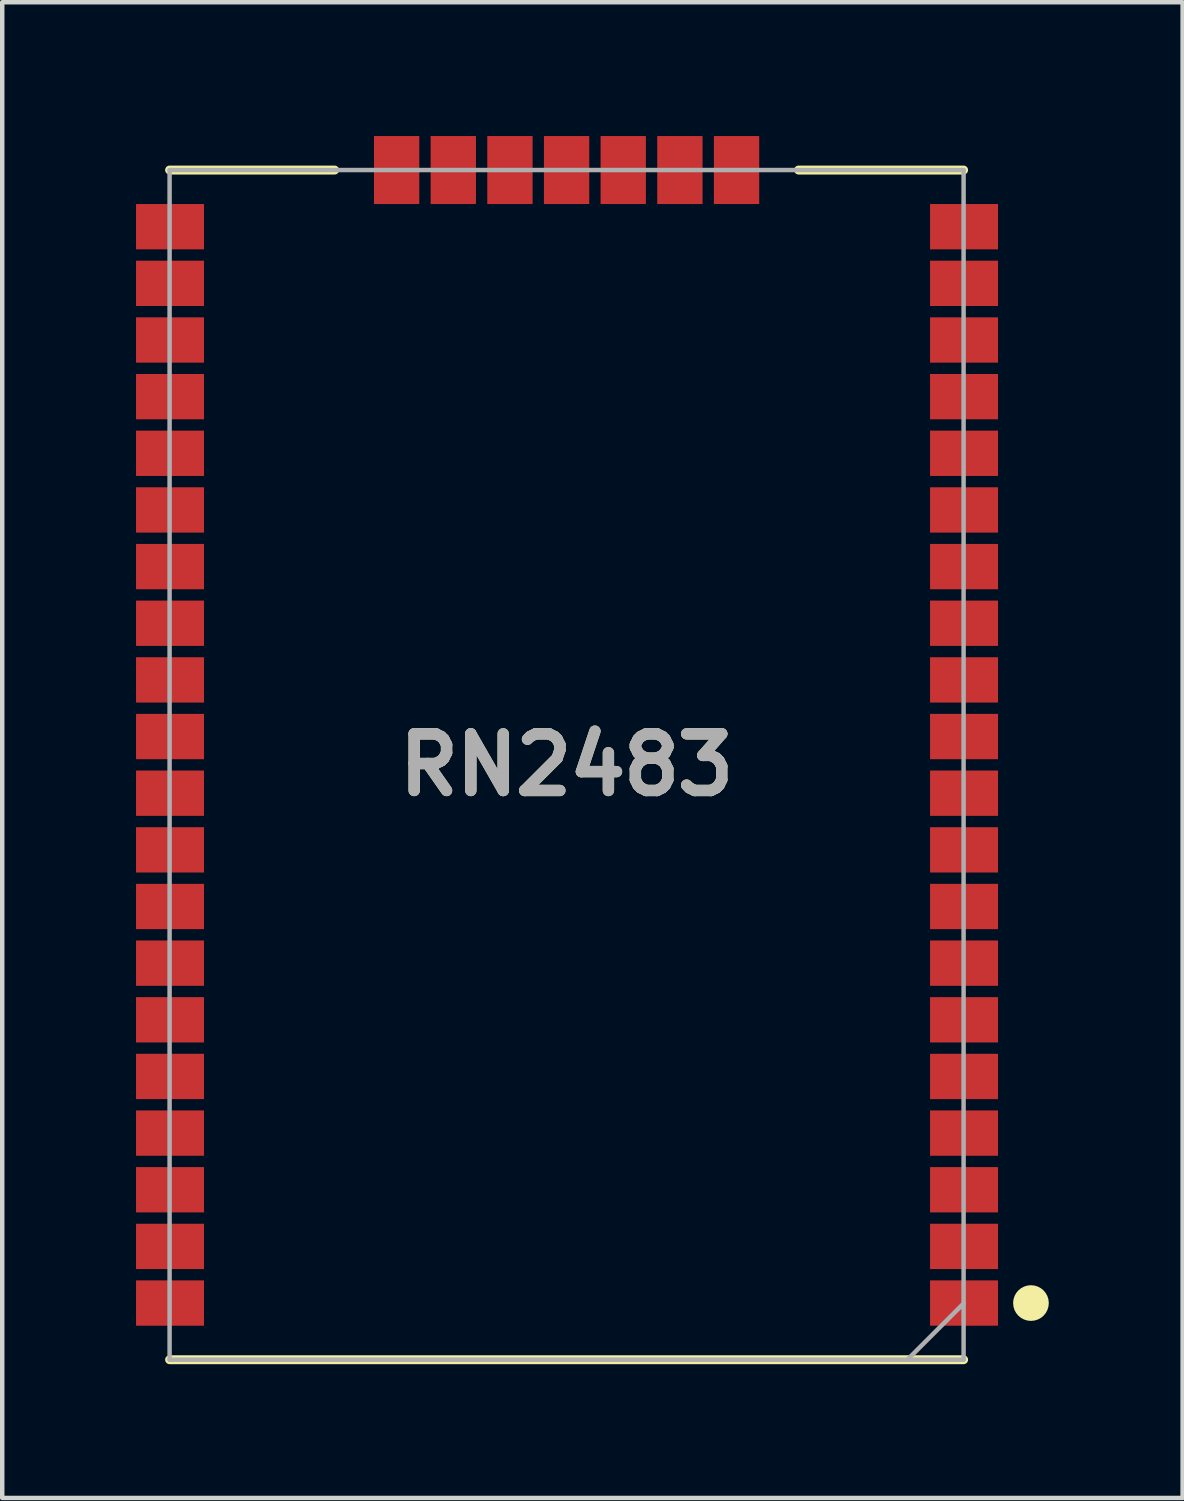
<source format=kicad_pcb>
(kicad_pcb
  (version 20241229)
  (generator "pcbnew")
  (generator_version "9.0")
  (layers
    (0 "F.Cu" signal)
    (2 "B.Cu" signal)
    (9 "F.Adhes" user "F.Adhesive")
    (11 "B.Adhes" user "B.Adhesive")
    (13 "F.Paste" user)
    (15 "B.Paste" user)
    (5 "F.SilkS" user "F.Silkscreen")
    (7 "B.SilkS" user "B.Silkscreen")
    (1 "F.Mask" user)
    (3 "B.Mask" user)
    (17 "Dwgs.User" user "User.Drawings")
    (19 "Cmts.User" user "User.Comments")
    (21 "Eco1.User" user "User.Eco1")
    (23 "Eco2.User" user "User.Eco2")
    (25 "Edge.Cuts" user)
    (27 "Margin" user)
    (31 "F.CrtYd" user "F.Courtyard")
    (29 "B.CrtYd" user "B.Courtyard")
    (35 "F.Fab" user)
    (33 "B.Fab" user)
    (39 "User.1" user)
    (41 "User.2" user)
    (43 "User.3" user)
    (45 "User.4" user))
  (footprint "RN2483"
    (layer "F.Cu")
    (at 9.652 14.097)
    (property "Reference" "RN2483" (at 0 0 0) (layer "F.SilkS") (effects (font (size 1.27 1.27) (thickness 0.254))))
    (attr smd)
    (fp_line (start -8.9 -13.335) (end -5.2 -13.335) (stroke (width 0.2) (type solid)) (layer "F.SilkS"))
    (fp_line (start -8.9 13.335) (end 8.9 13.335) (stroke (width 0.2) (type solid)) (layer "F.SilkS"))
    (fp_line (start 5.2 -13.335) (end 8.9 -13.335) (stroke (width 0.2) (type solid)) (layer "F.SilkS"))
    (fp_circle (center 10.41 12.065) (end 10.41 12.265) (stroke (width 0.4) (type solid)) (fill no) (layer "F.SilkS"))
    (fp_line (start -8.9 -13.335) (end 8.9 -13.335) (stroke (width 0.1) (type solid)) (layer "F.Fab"))
    (fp_line (start -8.9 13.335) (end -8.9 -13.335) (stroke (width 0.1) (type solid)) (layer "F.Fab"))
    (fp_line (start 8.9 -13.335) (end 8.9 13.335) (stroke (width 0.1) (type solid)) (layer "F.Fab"))
    (fp_line (start 8.9 12.075) (end 7.64 13.335) (stroke (width 0.1) (type solid)) (layer "F.Fab"))
    (fp_line (start 8.9 13.335) (end -8.9 13.335) (stroke (width 0.1) (type solid)) (layer "F.Fab"))
    (fp_text user "${REFERENCE}" (at 0 0 0) (layer "F.Fab") (effects (font (size 1.27 1.27) (thickness 0.254))))
    (pad "1" smd rect (at 8.91 12.065 90) (size 1.016 1.524) (layers "F.Cu" "F.Mask" "F.Paste"))
    (pad "2" smd rect (at 8.91 10.795 90) (size 1.016 1.524) (layers "F.Cu" "F.Mask" "F.Paste"))
    (pad "3" smd rect (at 8.91 9.525 90) (size 1.016 1.524) (layers "F.Cu" "F.Mask" "F.Paste"))
    (pad "4" smd rect (at 8.91 8.255 90) (size 1.016 1.524) (layers "F.Cu" "F.Mask" "F.Paste"))
    (pad "5" smd rect (at 8.91 6.985 90) (size 1.016 1.524) (layers "F.Cu" "F.Mask" "F.Paste"))
    (pad "6" smd rect (at 8.91 5.715 90) (size 1.016 1.524) (layers "F.Cu" "F.Mask" "F.Paste"))
    (pad "7" smd rect (at 8.91 4.445 90) (size 1.016 1.524) (layers "F.Cu" "F.Mask" "F.Paste"))
    (pad "8" smd rect (at 8.91 3.175 90) (size 1.016 1.524) (layers "F.Cu" "F.Mask" "F.Paste"))
    (pad "9" smd rect (at 8.91 1.905 90) (size 1.016 1.524) (layers "F.Cu" "F.Mask" "F.Paste"))
    (pad "10" smd rect (at 8.91 0.635 90) (size 1.016 1.524) (layers "F.Cu" "F.Mask" "F.Paste"))
    (pad "11" smd rect (at 8.91 -0.635 90) (size 1.016 1.524) (layers "F.Cu" "F.Mask" "F.Paste"))
    (pad "12" smd rect (at 8.91 -1.905 90) (size 1.016 1.524) (layers "F.Cu" "F.Mask" "F.Paste"))
    (pad "13" smd rect (at 8.91 -3.175 90) (size 1.016 1.524) (layers "F.Cu" "F.Mask" "F.Paste"))
    (pad "14" smd rect (at 8.91 -4.445 90) (size 1.016 1.524) (layers "F.Cu" "F.Mask" "F.Paste"))
    (pad "15" smd rect (at 8.91 -5.715 90) (size 1.016 1.524) (layers "F.Cu" "F.Mask" "F.Paste"))
    (pad "16" smd rect (at 8.91 -6.985 90) (size 1.016 1.524) (layers "F.Cu" "F.Mask" "F.Paste"))
    (pad "17" smd rect (at 8.91 -8.255 90) (size 1.016 1.524) (layers "F.Cu" "F.Mask" "F.Paste"))
    (pad "18" smd rect (at 8.91 -9.525 90) (size 1.016 1.524) (layers "F.Cu" "F.Mask" "F.Paste"))
    (pad "19" smd rect (at 8.91 -10.795 90) (size 1.016 1.524) (layers "F.Cu" "F.Mask" "F.Paste"))
    (pad "20" smd rect (at 8.91 -12.065 90) (size 1.016 1.524) (layers "F.Cu" "F.Mask" "F.Paste"))
    (pad "21" smd rect (at 3.81 -13.335) (size 1.016 1.524) (layers "F.Cu" "F.Mask" "F.Paste"))
    (pad "22" smd rect (at 2.54 -13.335) (size 1.016 1.524) (layers "F.Cu" "F.Mask" "F.Paste"))
    (pad "23" smd rect (at 1.27 -13.335) (size 1.016 1.524) (layers "F.Cu" "F.Mask" "F.Paste"))
    (pad "24" smd rect (at 0 -13.335) (size 1.016 1.524) (layers "F.Cu" "F.Mask" "F.Paste"))
    (pad "25" smd rect (at -1.27 -13.335) (size 1.016 1.524) (layers "F.Cu" "F.Mask" "F.Paste"))
    (pad "26" smd rect (at -2.54 -13.335) (size 1.016 1.524) (layers "F.Cu" "F.Mask" "F.Paste"))
    (pad "27" smd rect (at -3.81 -13.335) (size 1.016 1.524) (layers "F.Cu" "F.Mask" "F.Paste"))
    (pad "28" smd rect (at -8.89 -12.065 90) (size 1.016 1.524) (layers "F.Cu" "F.Mask" "F.Paste"))
    (pad "29" smd rect (at -8.89 -10.795 90) (size 1.016 1.524) (layers "F.Cu" "F.Mask" "F.Paste"))
    (pad "30" smd rect (at -8.89 -9.525 90) (size 1.016 1.524) (layers "F.Cu" "F.Mask" "F.Paste"))
    (pad "31" smd rect (at -8.89 -8.255 90) (size 1.016 1.524) (layers "F.Cu" "F.Mask" "F.Paste"))
    (pad "32" smd rect (at -8.89 -6.985 90) (size 1.016 1.524) (layers "F.Cu" "F.Mask" "F.Paste"))
    (pad "33" smd rect (at -8.89 -5.715 90) (size 1.016 1.524) (layers "F.Cu" "F.Mask" "F.Paste"))
    (pad "34" smd rect (at -8.89 -4.445 90) (size 1.016 1.524) (layers "F.Cu" "F.Mask" "F.Paste"))
    (pad "35" smd rect (at -8.89 -3.175 90) (size 1.016 1.524) (layers "F.Cu" "F.Mask" "F.Paste"))
    (pad "36" smd rect (at -8.89 -1.905 90) (size 1.016 1.524) (layers "F.Cu" "F.Mask" "F.Paste"))
    (pad "37" smd rect (at -8.89 -0.635 90) (size 1.016 1.524) (layers "F.Cu" "F.Mask" "F.Paste"))
    (pad "38" smd rect (at -8.89 0.635 90) (size 1.016 1.524) (layers "F.Cu" "F.Mask" "F.Paste"))
    (pad "39" smd rect (at -8.89 1.905 90) (size 1.016 1.524) (layers "F.Cu" "F.Mask" "F.Paste"))
    (pad "40" smd rect (at -8.89 3.175 90) (size 1.016 1.524) (layers "F.Cu" "F.Mask" "F.Paste"))
    (pad "41" smd rect (at -8.89 4.445 90) (size 1.016 1.524) (layers "F.Cu" "F.Mask" "F.Paste"))
    (pad "42" smd rect (at -8.89 5.715 90) (size 1.016 1.524) (layers "F.Cu" "F.Mask" "F.Paste"))
    (pad "43" smd rect (at -8.89 6.985 90) (size 1.016 1.524) (layers "F.Cu" "F.Mask" "F.Paste"))
    (pad "44" smd rect (at -8.89 8.255 90) (size 1.016 1.524) (layers "F.Cu" "F.Mask" "F.Paste"))
    (pad "45" smd rect (at -8.89 9.525 90) (size 1.016 1.524) (layers "F.Cu" "F.Mask" "F.Paste"))
    (pad "46" smd rect (at -8.89 10.795 90) (size 1.016 1.524) (layers "F.Cu" "F.Mask" "F.Paste"))
    (pad "47" smd rect (at -8.89 12.065 90) (size 1.016 1.524) (layers "F.Cu" "F.Mask" "F.Paste")))
  (gr_rect
    (start -3 -3)
    (end 23.462 30.532)
    (stroke (width 0.1) (type default))
    (fill no)
    (layer "Edge.Cuts")))
</source>
